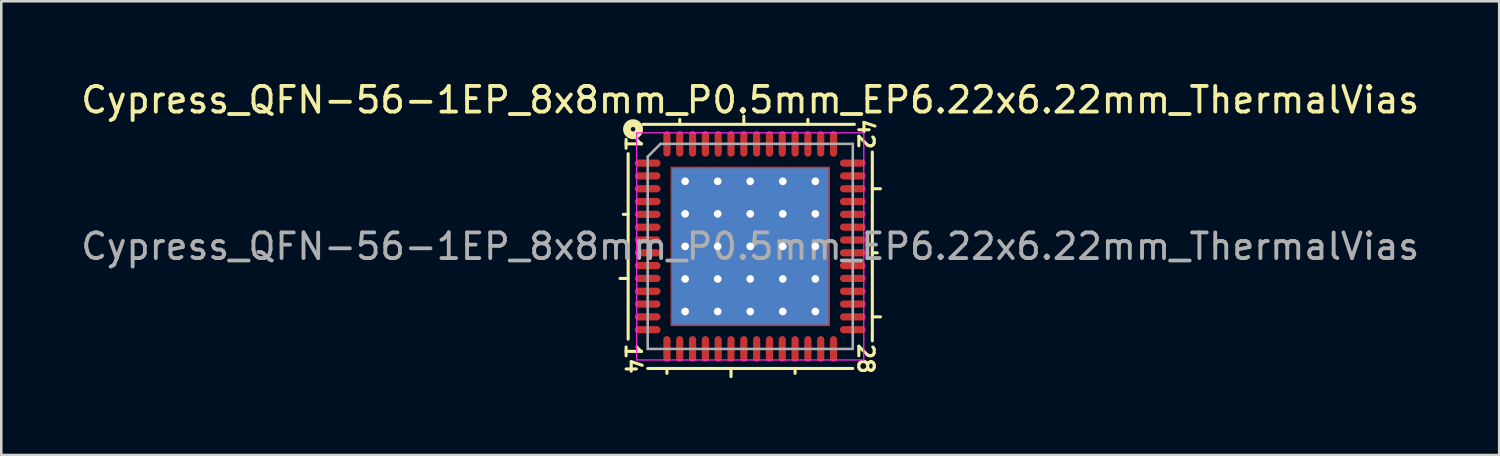
<source format=kicad_pcb>
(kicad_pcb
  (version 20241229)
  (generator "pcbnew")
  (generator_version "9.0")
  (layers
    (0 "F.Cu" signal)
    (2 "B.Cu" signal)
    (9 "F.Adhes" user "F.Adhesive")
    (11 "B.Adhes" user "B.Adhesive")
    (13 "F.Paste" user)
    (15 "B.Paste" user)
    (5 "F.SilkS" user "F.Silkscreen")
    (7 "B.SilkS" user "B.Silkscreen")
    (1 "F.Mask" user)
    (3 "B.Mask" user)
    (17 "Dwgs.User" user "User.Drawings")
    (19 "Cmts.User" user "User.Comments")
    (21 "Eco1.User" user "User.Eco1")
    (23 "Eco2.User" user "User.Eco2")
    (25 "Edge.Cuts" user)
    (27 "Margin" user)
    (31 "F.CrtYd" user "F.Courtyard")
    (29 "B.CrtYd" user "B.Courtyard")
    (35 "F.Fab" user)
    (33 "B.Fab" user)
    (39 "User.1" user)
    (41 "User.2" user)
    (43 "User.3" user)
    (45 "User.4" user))
  (footprint "Cypress_QFN-56-1EP_8x8mm_P0.5mm_EP6.22x6.22mm_ThermalVias"
    (layer "F.Cu")
    (at 26.22 6.563)
    (property "Reference" "Cypress_QFN-56-1EP_8x8mm_P0.5mm_EP6.22x6.22mm_ThermalVias" (at 0 -5.715 0) (layer "F.SilkS") (effects (font (size 1 1) (thickness 0.15))))
    (attr smd)
    (fp_line (start -2.54 -1.905) (end 2.54 -1.905) (stroke (width 0.864) (type solid)) (layer "F.Mask"))
    (fp_line (start -2.54 -0.635) (end 2.54 -0.635) (stroke (width 0.864) (type solid)) (layer "F.Mask"))
    (fp_line (start -2.54 0.635) (end 2.54 0.635) (stroke (width 0.864) (type solid)) (layer "F.Mask"))
    (fp_line (start -2.54 1.905) (end 2.54 1.905) (stroke (width 0.864) (type solid)) (layer "F.Mask"))
    (fp_line (start -1.905 -2.54) (end -1.905 2.54) (stroke (width 0.864) (type solid)) (layer "F.Mask"))
    (fp_line (start -0.635 -2.54) (end -0.635 2.54) (stroke (width 0.864) (type solid)) (layer "F.Mask"))
    (fp_line (start 0.635 -2.54) (end 0.635 2.54) (stroke (width 0.864) (type solid)) (layer "F.Mask"))
    (fp_line (start 1.905 -2.54) (end 1.905 2.54) (stroke (width 0.864) (type solid)) (layer "F.Mask"))
    (fp_circle (center -2.54 -2.54) (end -2.24 -2.54) (stroke (width 0.2) (type solid)) (fill no) (layer "F.Mask"))
    (fp_circle (center -2.54 -1.27) (end -2.24 -1.27) (stroke (width 0.2) (type solid)) (fill no) (layer "F.Mask"))
    (fp_circle (center -2.54 0) (end -2.24 0) (stroke (width 0.2) (type solid)) (fill no) (layer "F.Mask"))
    (fp_circle (center -2.54 1.27) (end -2.24 1.27) (stroke (width 0.2) (type solid)) (fill no) (layer "F.Mask"))
    (fp_circle (center -2.54 2.54) (end -2.24 2.54) (stroke (width 0.2) (type solid)) (fill no) (layer "F.Mask"))
    (fp_circle (center -1.27 -2.54) (end -0.97 -2.54) (stroke (width 0.2) (type solid)) (fill no) (layer "F.Mask"))
    (fp_circle (center -1.27 -1.27) (end -0.97 -1.27) (stroke (width 0.2) (type solid)) (fill no) (layer "F.Mask"))
    (fp_circle (center -1.27 0) (end -0.97 0) (stroke (width 0.2) (type solid)) (fill no) (layer "F.Mask"))
    (fp_circle (center -1.27 1.27) (end -0.97 1.27) (stroke (width 0.2) (type solid)) (fill no) (layer "F.Mask"))
    (fp_circle (center -1.27 2.54) (end -0.97 2.54) (stroke (width 0.2) (type solid)) (fill no) (layer "F.Mask"))
    (fp_circle (center 0 -2.54) (end 0.3 -2.54) (stroke (width 0.2) (type solid)) (fill no) (layer "F.Mask"))
    (fp_circle (center 0 -1.27) (end 0.3 -1.27) (stroke (width 0.2) (type solid)) (fill no) (layer "F.Mask"))
    (fp_circle (center 0 0) (end 0 -0.3) (stroke (width 0.2) (type solid)) (fill no) (layer "F.Mask"))
    (fp_circle (center 0 1.27) (end 0.3 1.27) (stroke (width 0.2) (type solid)) (fill no) (layer "F.Mask"))
    (fp_circle (center 0 2.54) (end 0.3 2.54) (stroke (width 0.2) (type solid)) (fill no) (layer "F.Mask"))
    (fp_circle (center 1.27 -2.54) (end 1.57 -2.54) (stroke (width 0.2) (type solid)) (fill no) (layer "F.Mask"))
    (fp_circle (center 1.27 -1.27) (end 1.57 -1.27) (stroke (width 0.2) (type solid)) (fill no) (layer "F.Mask"))
    (fp_circle (center 1.27 0) (end 1.57 0) (stroke (width 0.2) (type solid)) (fill no) (layer "F.Mask"))
    (fp_circle (center 1.27 1.27) (end 1.57 1.27) (stroke (width 0.2) (type solid)) (fill no) (layer "F.Mask"))
    (fp_circle (center 1.27 2.54) (end 1.57 2.54) (stroke (width 0.2) (type solid)) (fill no) (layer "F.Mask"))
    (fp_circle (center 2.54 -2.54) (end 2.84 -2.54) (stroke (width 0.2) (type solid)) (fill no) (layer "F.Mask"))
    (fp_circle (center 2.54 -1.27) (end 2.84 -1.27) (stroke (width 0.2) (type solid)) (fill no) (layer "F.Mask"))
    (fp_circle (center 2.54 0) (end 2.84 0) (stroke (width 0.2) (type solid)) (fill no) (layer "F.Mask"))
    (fp_circle (center 2.54 1.27) (end 2.84 1.27) (stroke (width 0.2) (type solid)) (fill no) (layer "F.Mask"))
    (fp_circle (center 2.54 2.54) (end 2.84 2.54) (stroke (width 0.2) (type solid)) (fill no) (layer "F.Mask"))
    (fp_poly (pts (xy -3.11 -3.11) (xy -2.75 -3.11) (xy -2.75 3.11) (xy -3.11 3.11)) (stroke (width 0) (type solid)) (fill yes) (layer "F.Mask"))
    (fp_poly (pts (xy -3.11 3.11) (xy -3.11 2.75) (xy 3.11 2.75) (xy 3.11 3.11)) (stroke (width 0) (type solid)) (fill yes) (layer "F.Mask"))
    (fp_poly (pts (xy 3.11 -3.11) (xy 3.11 -2.75) (xy -3.11 -2.75) (xy -3.11 -3.11)) (stroke (width 0) (type solid)) (fill yes) (layer "F.Mask"))
    (fp_poly (pts (xy 3.11 3.11) (xy 2.75 3.11) (xy 2.75 -3.11) (xy 3.11 -3.11)) (stroke (width 0) (type solid)) (fill yes) (layer "F.Mask"))
    (fp_line (start -5.08 1.25) (end -4.763 1.25) (stroke (width 0.12) (type solid)) (layer "F.SilkS"))
    (fp_line (start -4.953 -1.25) (end -4.763 -1.25) (stroke (width 0.12) (type solid)) (layer "F.SilkS"))
    (fp_line (start -4.763 3.619) (end -4.763 -3.619) (stroke (width 0.12) (type solid)) (layer "F.SilkS"))
    (fp_line (start -4.191 -4.763) (end 4.064 -4.763) (stroke (width 0.12) (type solid)) (layer "F.SilkS"))
    (fp_line (start -3.25 4.953) (end -3.25 4.763) (stroke (width 0.12) (type solid)) (layer "F.SilkS"))
    (fp_line (start -2.75 -4.763) (end -2.75 -4.953) (stroke (width 0.12) (type solid)) (layer "F.SilkS"))
    (fp_line (start -0.75 5.08) (end -0.75 4.763) (stroke (width 0.12) (type solid)) (layer "F.SilkS"))
    (fp_line (start -0.25 -4.763) (end -0.25 -5.08) (stroke (width 0.12) (type solid)) (layer "F.SilkS"))
    (fp_line (start 1.75 4.953) (end 1.75 4.763) (stroke (width 0.12) (type solid)) (layer "F.SilkS"))
    (fp_line (start 2.25 -4.763) (end 2.25 -4.953) (stroke (width 0.12) (type solid)) (layer "F.SilkS"))
    (fp_line (start 4 4.763) (end -4 4.763) (stroke (width 0.12) (type solid)) (layer "F.SilkS"))
    (fp_line (start 4.763 -3.683) (end 4.763 3.683) (stroke (width 0.12) (type solid)) (layer "F.SilkS"))
    (fp_line (start 4.763 -2.25) (end 5.08 -2.25) (stroke (width 0.12) (type solid)) (layer "F.SilkS"))
    (fp_line (start 4.953 0.25) (end 4.763 0.25) (stroke (width 0.12) (type solid)) (layer "F.SilkS"))
    (fp_line (start 5.08 2.75) (end 4.763 2.75) (stroke (width 0.12) (type solid)) (layer "F.SilkS"))
    (fp_circle (center -4.572 -4.572) (end -4.483 -4.572) (stroke (width 0.3) (type solid)) (fill no) (layer "F.SilkS"))
    (fp_line (start -4.43 -4.43) (end 4.43 -4.43) (stroke (width 0.05) (type solid)) (layer "F.CrtYd"))
    (fp_line (start -4.43 4.43) (end -4.43 -4.43) (stroke (width 0.05) (type solid)) (layer "F.CrtYd"))
    (fp_line (start 4.43 -4.43) (end 4.43 4.43) (stroke (width 0.05) (type solid)) (layer "F.CrtYd"))
    (fp_line (start 4.43 4.43) (end -4.43 4.43) (stroke (width 0.05) (type solid)) (layer "F.CrtYd"))
    (fp_line (start -4 -3.5) (end -3.5 -4) (stroke (width 0.1) (type solid)) (layer "F.Fab"))
    (fp_line (start -4 4) (end -4 -3.5) (stroke (width 0.1) (type solid)) (layer "F.Fab"))
    (fp_line (start -3.5 -4) (end 4 -4) (stroke (width 0.1) (type solid)) (layer "F.Fab"))
    (fp_line (start 4 -4) (end 4 4) (stroke (width 0.1) (type solid)) (layer "F.Fab"))
    (fp_line (start 4 4) (end -4 4) (stroke (width 0.1) (type solid)) (layer "F.Fab"))
    (fp_text user "1" (at -4.572 -4 270) (unlocked yes) (layer "F.SilkS") (effects (font (size 0.6 0.6) (thickness 0.12))))
    (fp_text user "28" (at 4.508 4.381 270) (unlocked yes) (layer "F.SilkS") (effects (font (size 0.6 0.6) (thickness 0.12))))
    (fp_text user "14" (at -4.572 4.381 270) (unlocked yes) (layer "F.SilkS") (effects (font (size 0.6 0.6) (thickness 0.12))))
    (fp_text user "42" (at 4.508 -4.381 270) (unlocked yes) (layer "F.SilkS") (effects (font (size 0.6 0.6) (thickness 0.12))))
    (fp_text user "${REFERENCE}" (at 0 0 0) (layer "F.Fab") (effects (font (size 1 1) (thickness 0.15))))
    (pad "" smd rect (at -1.555 -1.555) (size 2.6 2.6) (layers "F.Paste"))
    (pad "" smd rect (at -1.555 1.555) (size 2.6 2.6) (layers "F.Paste"))
    (pad "" smd rect (at 1.555 -1.555) (size 2.6 2.6) (layers "F.Paste"))
    (pad "" smd rect (at 1.555 1.555) (size 2.6 2.6) (layers "F.Paste"))
    (pad "1" smd oval (at -4 -3.25) (size 1 0.28) (layers "F.Cu" "F.Mask" "F.Paste"))
    (pad "2" smd oval (at -4 -2.75) (size 1 0.28) (layers "F.Cu" "F.Mask" "F.Paste"))
    (pad "3" smd oval (at -4 -2.25) (size 1 0.28) (layers "F.Cu" "F.Mask" "F.Paste"))
    (pad "4" smd oval (at -4 -1.75) (size 1 0.28) (layers "F.Cu" "F.Mask" "F.Paste"))
    (pad "5" smd oval (at -4 -1.25) (size 1 0.28) (layers "F.Cu" "F.Mask" "F.Paste"))
    (pad "6" smd oval (at -4 -0.75) (size 1 0.28) (layers "F.Cu" "F.Mask" "F.Paste"))
    (pad "7" smd oval (at -4 -0.25) (size 1 0.28) (layers "F.Cu" "F.Mask" "F.Paste"))
    (pad "8" smd oval (at -4 0.25) (size 1 0.28) (layers "F.Cu" "F.Mask" "F.Paste"))
    (pad "9" smd oval (at -4 0.75) (size 1 0.28) (layers "F.Cu" "F.Mask" "F.Paste"))
    (pad "10" smd oval (at -4 1.25) (size 1 0.28) (layers "F.Cu" "F.Mask" "F.Paste"))
    (pad "11" smd oval (at -4 1.75) (size 1 0.28) (layers "F.Cu" "F.Mask" "F.Paste"))
    (pad "12" smd oval (at -4 2.25) (size 1 0.28) (layers "F.Cu" "F.Mask" "F.Paste"))
    (pad "13" smd oval (at -4 2.75) (size 1 0.28) (layers "F.Cu" "F.Mask" "F.Paste"))
    (pad "14" smd oval (at -4 3.25) (size 1 0.28) (layers "F.Cu" "F.Mask" "F.Paste"))
    (pad "15" smd oval (at -3.25 4) (size 0.28 1) (layers "F.Cu" "F.Mask" "F.Paste"))
    (pad "16" smd oval (at -2.75 4) (size 0.28 1) (layers "F.Cu" "F.Mask" "F.Paste"))
    (pad "17" smd oval (at -2.25 4) (size 0.28 1) (layers "F.Cu" "F.Mask" "F.Paste"))
    (pad "18" smd oval (at -1.75 4) (size 0.28 1) (layers "F.Cu" "F.Mask" "F.Paste"))
    (pad "19" smd oval (at -1.25 4) (size 0.28 1) (layers "F.Cu" "F.Mask" "F.Paste"))
    (pad "20" smd oval (at -0.75 4) (size 0.28 1) (layers "F.Cu" "F.Mask" "F.Paste"))
    (pad "21" smd oval (at -0.25 4) (size 0.28 1) (layers "F.Cu" "F.Mask" "F.Paste"))
    (pad "22" smd oval (at 0.25 4) (size 0.28 1) (layers "F.Cu" "F.Mask" "F.Paste"))
    (pad "23" smd oval (at 0.75 4) (size 0.28 1) (layers "F.Cu" "F.Mask" "F.Paste"))
    (pad "24" smd oval (at 1.25 4) (size 0.28 1) (layers "F.Cu" "F.Mask" "F.Paste"))
    (pad "25" smd oval (at 1.75 4) (size 0.28 1) (layers "F.Cu" "F.Mask" "F.Paste"))
    (pad "26" smd oval (at 2.25 4) (size 0.28 1) (layers "F.Cu" "F.Mask" "F.Paste"))
    (pad "27" smd oval (at 2.75 4) (size 0.28 1) (layers "F.Cu" "F.Mask" "F.Paste"))
    (pad "28" smd oval (at 3.25 4) (size 0.28 1) (layers "F.Cu" "F.Mask" "F.Paste"))
    (pad "29" smd oval (at 4 3.25) (size 1 0.28) (layers "F.Cu" "F.Mask" "F.Paste"))
    (pad "30" smd oval (at 4 2.75) (size 1 0.28) (layers "F.Cu" "F.Mask" "F.Paste"))
    (pad "31" smd oval (at 4 2.25) (size 1 0.28) (layers "F.Cu" "F.Mask" "F.Paste"))
    (pad "32" smd oval (at 4 1.75) (size 1 0.28) (layers "F.Cu" "F.Mask" "F.Paste"))
    (pad "33" smd oval (at 4 1.25) (size 1 0.28) (layers "F.Cu" "F.Mask" "F.Paste"))
    (pad "34" smd oval (at 4 0.75) (size 1 0.28) (layers "F.Cu" "F.Mask" "F.Paste"))
    (pad "35" smd oval (at 4 0.25) (size 1 0.28) (layers "F.Cu" "F.Mask" "F.Paste"))
    (pad "36" smd oval (at 4 -0.25) (size 1 0.28) (layers "F.Cu" "F.Mask" "F.Paste"))
    (pad "37" smd oval (at 4 -0.75) (size 1 0.28) (layers "F.Cu" "F.Mask" "F.Paste"))
    (pad "38" smd oval (at 4 -1.25) (size 1 0.28) (layers "F.Cu" "F.Mask" "F.Paste"))
    (pad "39" smd oval (at 4 -1.75) (size 1 0.28) (layers "F.Cu" "F.Mask" "F.Paste"))
    (pad "40" smd oval (at 4 -2.25) (size 1 0.28) (layers "F.Cu" "F.Mask" "F.Paste"))
    (pad "41" smd oval (at 4 -2.75) (size 1 0.28) (layers "F.Cu" "F.Mask" "F.Paste"))
    (pad "42" smd oval (at 4 -3.25) (size 1 0.28) (layers "F.Cu" "F.Mask" "F.Paste"))
    (pad "43" smd oval (at 3.25 -4) (size 0.28 1) (layers "F.Cu" "F.Mask" "F.Paste"))
    (pad "44" smd oval (at 2.75 -4) (size 0.28 1) (layers "F.Cu" "F.Mask" "F.Paste"))
    (pad "45" smd oval (at 2.25 -4) (size 0.28 1) (layers "F.Cu" "F.Mask" "F.Paste"))
    (pad "46" smd oval (at 1.75 -4) (size 0.28 1) (layers "F.Cu" "F.Mask" "F.Paste"))
    (pad "47" smd oval (at 1.25 -4) (size 0.28 1) (layers "F.Cu" "F.Mask" "F.Paste"))
    (pad "48" smd oval (at 0.75 -4) (size 0.28 1) (layers "F.Cu" "F.Mask" "F.Paste"))
    (pad "49" smd oval (at 0.25 -4) (size 0.28 1) (layers "F.Cu" "F.Mask" "F.Paste"))
    (pad "50" smd oval (at -0.25 -4) (size 0.28 1) (layers "F.Cu" "F.Mask" "F.Paste"))
    (pad "51" smd oval (at -0.75 -4) (size 0.28 1) (layers "F.Cu" "F.Mask" "F.Paste"))
    (pad "52" smd oval (at -1.25 -4) (size 0.28 1) (layers "F.Cu" "F.Mask" "F.Paste"))
    (pad "53" smd oval (at -1.75 -4) (size 0.28 1) (layers "F.Cu" "F.Mask" "F.Paste"))
    (pad "54" smd oval (at -2.25 -4) (size 0.28 1) (layers "F.Cu" "F.Mask" "F.Paste"))
    (pad "55" smd oval (at -2.75 -4) (size 0.28 1) (layers "F.Cu" "F.Mask" "F.Paste"))
    (pad "56" smd oval (at -3.25 -4) (size 0.28 1) (layers "F.Cu" "F.Mask" "F.Paste"))
    (pad "57" thru_hole circle (at -2.54 -2.54) (size 0.6 0.6) (drill 0.3) (layers "*.Cu"))
    (pad "57" thru_hole circle (at -2.54 -1.27) (size 0.6 0.6) (drill 0.3) (layers "*.Cu"))
    (pad "57" thru_hole circle (at -2.54 0) (size 0.6 0.6) (drill 0.3) (layers "*.Cu"))
    (pad "57" thru_hole circle (at -2.54 1.27) (size 0.6 0.6) (drill 0.3) (layers "*.Cu"))
    (pad "57" thru_hole circle (at -2.54 2.54) (size 0.6 0.6) (drill 0.3) (layers "*.Cu"))
    (pad "57" thru_hole circle (at -1.27 -2.54) (size 0.6 0.6) (drill 0.3) (layers "*.Cu"))
    (pad "57" thru_hole circle (at -1.27 -1.27) (size 0.6 0.6) (drill 0.3) (layers "*.Cu"))
    (pad "57" thru_hole circle (at -1.27 0) (size 0.6 0.6) (drill 0.3) (layers "*.Cu"))
    (pad "57" thru_hole circle (at -1.27 1.27) (size 0.6 0.6) (drill 0.3) (layers "*.Cu"))
    (pad "57" thru_hole circle (at -1.27 2.54) (size 0.6 0.6) (drill 0.3) (layers "*.Cu"))
    (pad "57" thru_hole circle (at 0 -2.54) (size 0.6 0.6) (drill 0.3) (layers "*.Cu"))
    (pad "57" thru_hole circle (at 0 -1.27) (size 0.6 0.6) (drill 0.3) (layers "*.Cu"))
    (pad "57" thru_hole circle (at 0 0) (size 0.6 0.6) (drill 0.3) (layers "*.Cu"))
    (pad "57" smd rect (at 0 0) (size 6.1 6.1) (layers "B.Cu" "B.Mask"))
    (pad "57" smd rect (at 0 0) (size 6.22 6.22) (layers "F.Cu"))
    (pad "57" thru_hole circle (at 0 1.27) (size 0.6 0.6) (drill 0.3) (layers "*.Cu"))
    (pad "57" thru_hole circle (at 0 2.54) (size 0.6 0.6) (drill 0.3) (layers "*.Cu"))
    (pad "57" thru_hole circle (at 1.27 -2.54) (size 0.6 0.6) (drill 0.3) (layers "*.Cu"))
    (pad "57" thru_hole circle (at 1.27 -1.27) (size 0.6 0.6) (drill 0.3) (layers "*.Cu"))
    (pad "57" thru_hole circle (at 1.27 0) (size 0.6 0.6) (drill 0.3) (layers "*.Cu"))
    (pad "57" thru_hole circle (at 1.27 1.27) (size 0.6 0.6) (drill 0.3) (layers "*.Cu"))
    (pad "57" thru_hole circle (at 1.27 2.54) (size 0.6 0.6) (drill 0.3) (layers "*.Cu"))
    (pad "57" thru_hole circle (at 2.54 -2.54) (size 0.6 0.6) (drill 0.3) (layers "*.Cu"))
    (pad "57" thru_hole circle (at 2.54 -1.27) (size 0.6 0.6) (drill 0.3) (layers "*.Cu"))
    (pad "57" thru_hole circle (at 2.54 0) (size 0.6 0.6) (drill 0.3) (layers "*.Cu"))
    (pad "57" thru_hole circle (at 2.54 1.27) (size 0.6 0.6) (drill 0.3) (layers "*.Cu"))
    (pad "57" thru_hole circle (at 2.54 2.54) (size 0.6 0.6) (drill 0.3) (layers "*.Cu")))
  (gr_rect
    (start -3 -3)
    (end 55.44 14.703)
    (stroke (width 0.1) (type default))
    (fill no)
    (layer "Edge.Cuts")))
</source>
